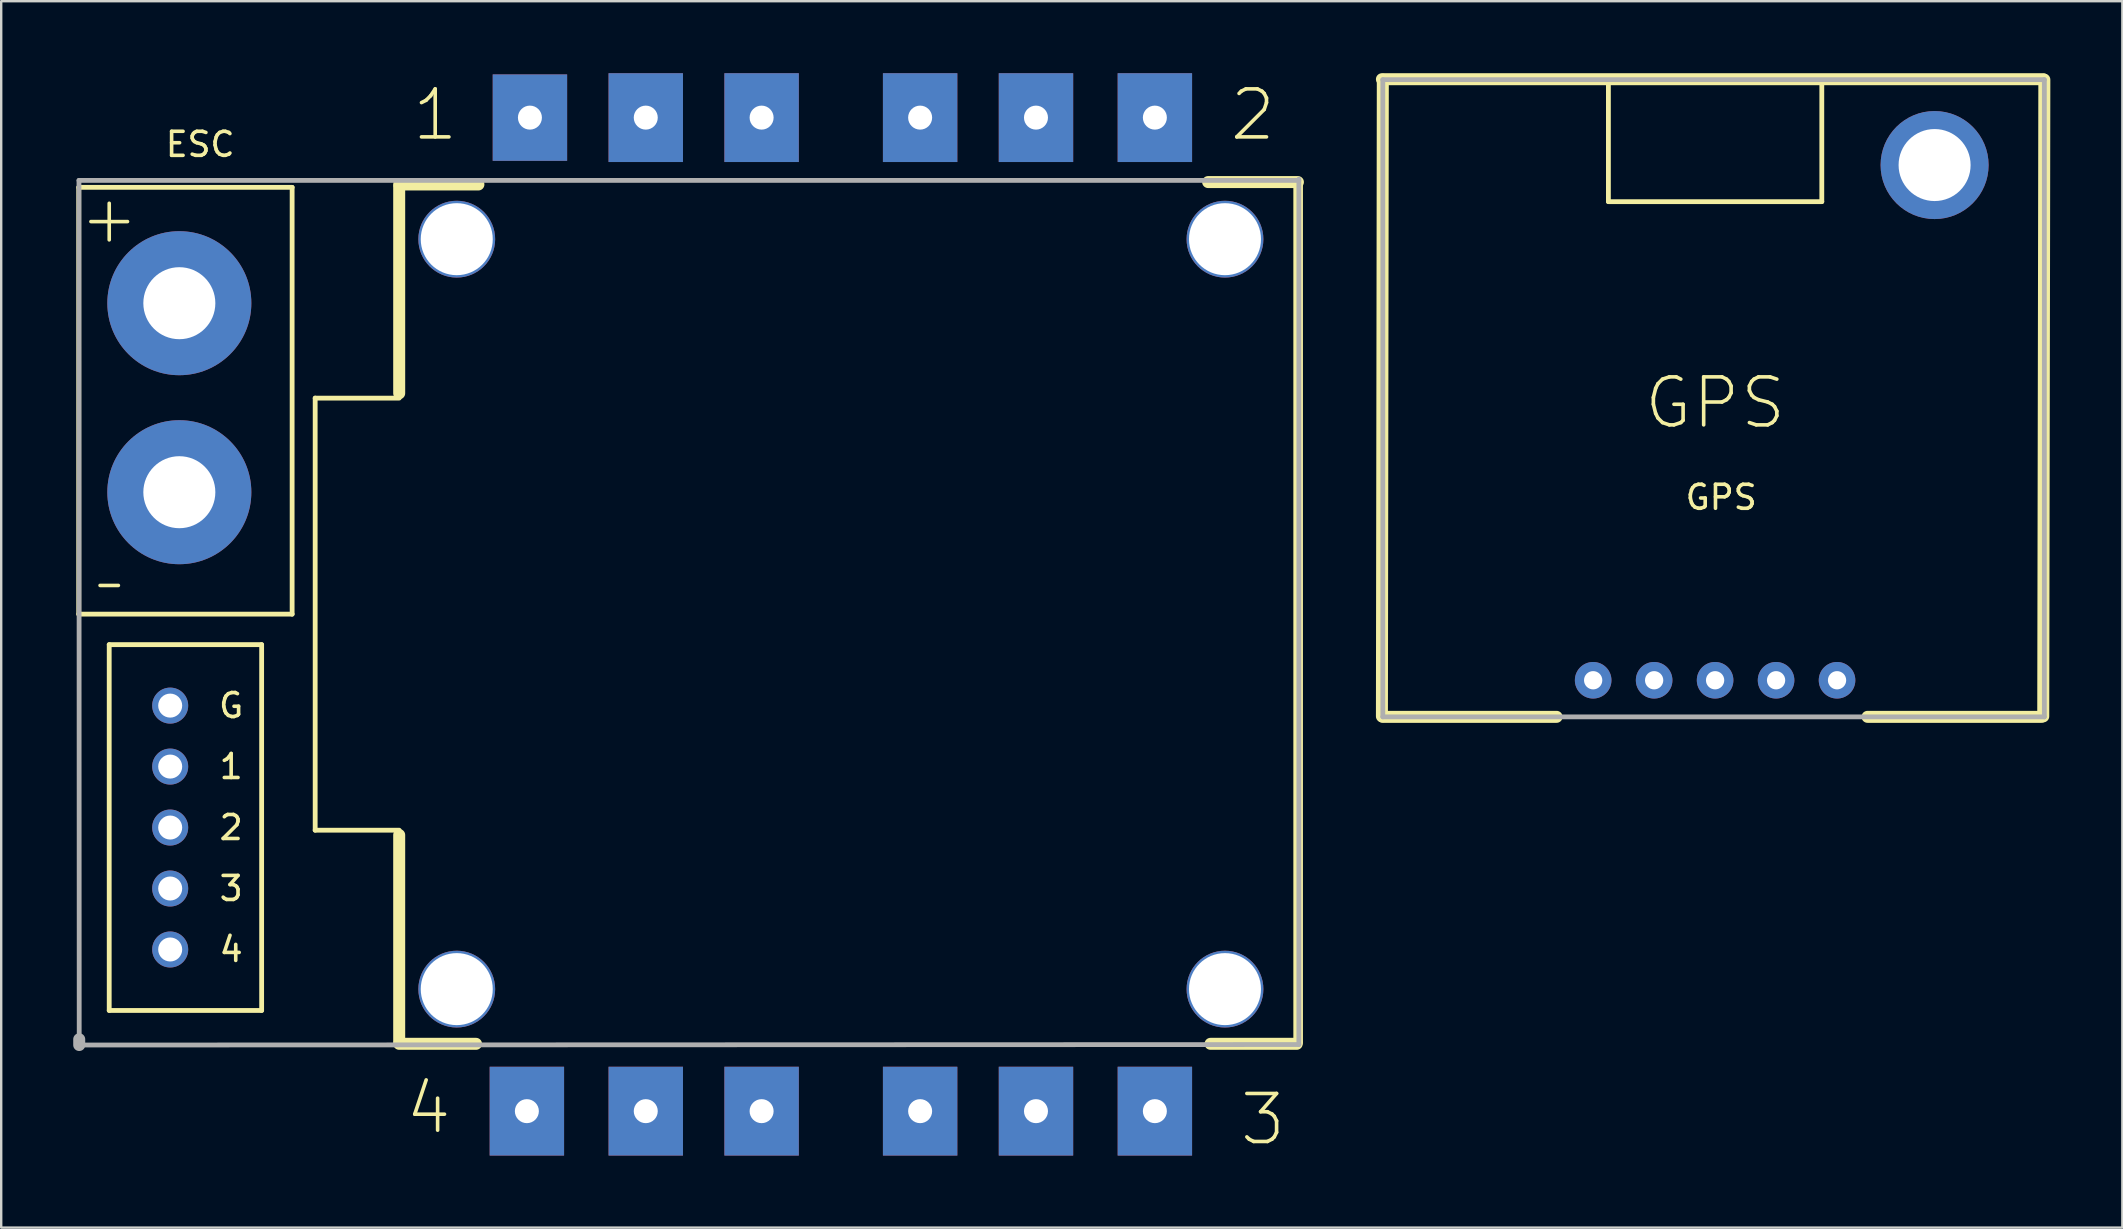
<source format=kicad_pcb>
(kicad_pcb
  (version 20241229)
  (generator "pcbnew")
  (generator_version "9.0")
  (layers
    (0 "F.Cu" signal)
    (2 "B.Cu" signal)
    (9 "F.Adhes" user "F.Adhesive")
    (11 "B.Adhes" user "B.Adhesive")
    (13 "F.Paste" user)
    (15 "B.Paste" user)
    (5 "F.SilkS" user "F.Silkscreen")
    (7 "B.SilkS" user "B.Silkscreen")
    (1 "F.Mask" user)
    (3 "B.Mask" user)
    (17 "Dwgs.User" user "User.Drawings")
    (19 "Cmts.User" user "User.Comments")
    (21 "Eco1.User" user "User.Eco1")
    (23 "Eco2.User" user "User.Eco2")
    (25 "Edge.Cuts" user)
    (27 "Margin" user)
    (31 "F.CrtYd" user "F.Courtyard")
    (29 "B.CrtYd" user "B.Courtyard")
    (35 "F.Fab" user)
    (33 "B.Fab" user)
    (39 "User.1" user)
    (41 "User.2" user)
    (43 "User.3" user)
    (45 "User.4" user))
  (footprint "GPS"
    (layer "F.Cu")
    (at 68.4 17.923)
    (property "Reference" "GPS" (at 0.254 -0.254 0) (layer "F.SilkS") (effects (font (size 1 1) (thickness 0.15))))
    (attr through_hole)
    (fp_line (start -13.88 -17.673) (end 13.67 -17.673) (stroke (width 0.5) (type solid)) (layer "F.SilkS"))
    (fp_line (start -13.88 8.87) (end -13.843 -17.653) (stroke (width 0.5) (type solid)) (layer "F.SilkS"))
    (fp_line (start -13.843 8.89) (end -6.604 8.89) (stroke (width 0.5) (type solid)) (layer "F.SilkS"))
    (fp_line (start -4.445 -17.526) (end -4.445 -12.573) (stroke (width 0.2) (type solid)) (layer "F.SilkS"))
    (fp_line (start -4.445 -12.573) (end 4.445 -12.573) (stroke (width 0.2) (type solid)) (layer "F.SilkS"))
    (fp_line (start 4.445 -12.573) (end 4.445 -17.526) (stroke (width 0.2) (type solid)) (layer "F.SilkS"))
    (fp_line (start 13.589 8.89) (end 6.35 8.89) (stroke (width 0.5) (type solid)) (layer "F.SilkS"))
    (fp_line (start 13.716 -17.653) (end 13.67 8.87) (stroke (width 0.5) (type solid)) (layer "F.SilkS"))
    (fp_line (start -13.843 -17.653) (end 13.716 -17.653) (stroke (width 0.2) (type solid)) (layer "F.Fab"))
    (fp_line (start -13.843 8.89) (end -13.843 -17.653) (stroke (width 0.2) (type solid)) (layer "F.Fab"))
    (fp_line (start 13.716 -17.653) (end 13.716 8.89) (stroke (width 0.2) (type solid)) (layer "F.Fab"))
    (fp_line (start 13.716 8.89) (end -13.843 8.89) (stroke (width 0.2) (type solid)) (layer "F.Fab"))
    (fp_text user "GPS" (at 0 -4.191 0) (layer "F.SilkS") (effects (font (size 2 2) (thickness 0.15))))
    (pad "" thru_hole circle (at 9.144 -14.097) (size 4.5 4.5) (drill 3) (layers "*.Cu" "*.Mask"))
    (pad "1" thru_hole circle (at 5.08 7.366) (size 1.524 1.524) (drill 0.762) (layers "*.Cu" "*.Mask"))
    (pad "2" thru_hole circle (at 2.54 7.366) (size 1.524 1.524) (drill 0.762) (layers "*.Cu" "*.Mask"))
    (pad "3" thru_hole circle (at 0 7.366) (size 1.524 1.524) (drill 0.762) (layers "*.Cu" "*.Mask"))
    (pad "4" thru_hole circle (at -2.54 7.366) (size 1.524 1.524) (drill 0.762) (layers "*.Cu" "*.Mask"))
    (pad "5" thru_hole circle (at -5.08 7.366) (size 1.524 1.524) (drill 0.762) (layers "*.Cu" "*.Mask")))
  (footprint "ESC"
    (layer "F.Cu")
    (at 31.98 22.535)
    (property "Reference" "ESC" (at -26.69 -19.57 0) (layer "F.SilkS") (effects (font (size 1 1) (thickness 0.15))))
    (attr through_hole)
    (fp_line (start -31.75 -17.78) (end -22.86 -17.78) (stroke (width 0.2) (type solid)) (layer "F.SilkS"))
    (fp_line (start -31.75 0) (end -31.75 -17.78) (stroke (width 0.2) (type solid)) (layer "F.SilkS"))
    (fp_line (start -30.48 1.27) (end -24.13 1.27) (stroke (width 0.2) (type solid)) (layer "F.SilkS"))
    (fp_line (start -30.48 16.51) (end -30.48 1.27) (stroke (width 0.2) (type solid)) (layer "F.SilkS"))
    (fp_line (start -24.13 1.27) (end -24.13 16.51) (stroke (width 0.2) (type solid)) (layer "F.SilkS"))
    (fp_line (start -24.13 16.51) (end -30.48 16.51) (stroke (width 0.2) (type solid)) (layer "F.SilkS"))
    (fp_line (start -22.86 -17.78) (end -22.86 0) (stroke (width 0.2) (type solid)) (layer "F.SilkS"))
    (fp_line (start -22.86 0) (end -31.75 0) (stroke (width 0.2) (type solid)) (layer "F.SilkS"))
    (fp_line (start -21.9 -9) (end -21.9 9) (stroke (width 0.2) (type solid)) (layer "F.SilkS"))
    (fp_line (start -21.9 9) (end -18.4 9) (stroke (width 0.2) (type solid)) (layer "F.SilkS"))
    (fp_line (start -18.4 -17.9) (end -15.1 -17.9) (stroke (width 0.5) (type solid)) (layer "F.SilkS"))
    (fp_line (start -18.4 -17.8) (end -18.4 -9.2) (stroke (width 0.5) (type solid)) (layer "F.SilkS"))
    (fp_line (start -18.4 -9) (end -21.9 -9) (stroke (width 0.2) (type solid)) (layer "F.SilkS"))
    (fp_line (start -18.4 17.8) (end -18.4 9.2) (stroke (width 0.5) (type solid)) (layer "F.SilkS"))
    (fp_line (start -18.4 17.9) (end -15.2 17.9) (stroke (width 0.5) (type solid)) (layer "F.SilkS"))
    (fp_line (start 18.99 17.9) (end 15.4 17.9) (stroke (width 0.5) (type solid)) (layer "F.SilkS"))
    (fp_line (start 19.04 -18) (end 15.3 -18) (stroke (width 0.5) (type solid)) (layer "F.SilkS"))
    (fp_line (start 19.05 -17.98) (end 19.05 17.834) (stroke (width 0.4) (type solid)) (layer "F.SilkS"))
    (fp_line (start -31.74 -18.07) (end -31.73 17.71) (stroke (width 0.2) (type solid)) (layer "F.Fab"))
    (fp_line (start -31.73 17.71) (end -31.73 17.95) (stroke (width 0.5) (type solid)) (layer "F.Fab"))
    (fp_line (start -31.73 17.95) (end 19.08 17.93) (stroke (width 0.2) (type solid)) (layer "F.Fab"))
    (fp_line (start 19.08 -18.07) (end -31.74 -18.07) (stroke (width 0.2) (type solid)) (layer "F.Fab"))
    (fp_line (start 19.08 17.93) (end 19.08 -18.12) (stroke (width 0.2) (type solid)) (layer "F.Fab"))
    (fp_text user "2" (at -25.4 8.89 0) (layer "F.SilkS") (effects (font (size 1 1) (thickness 0.15))))
    (fp_text user "1" (at -16.9 -20.8 0) (layer "F.SilkS") (effects (font (size 2 2) (thickness 0.15))))
    (fp_text user "4" (at -17.18 20.58 0) (layer "F.SilkS") (effects (font (size 2 2) (thickness 0.15))))
    (fp_text user "4" (at -25.4 13.97 0) (layer "F.SilkS") (effects (font (size 1 1) (thickness 0.15))))
    (fp_text user "3" (at 17.58 21.05 0) (layer "F.SilkS") (effects (font (size 2 2) (thickness 0.15))))
    (fp_text user "G" (at -25.4 3.81 0) (layer "F.SilkS") (effects (font (size 1 1) (thickness 0.15))))
    (fp_text user "+" (at -30.48 -16.51 0) (layer "F.SilkS") (effects (font (size 2 2) (thickness 0.15))))
    (fp_text user "2" (at 17.16 -20.8 0) (layer "F.SilkS") (effects (font (size 2 2) (thickness 0.15))))
    (fp_text user "3" (at -25.4 11.43 0) (layer "F.SilkS") (effects (font (size 1 1) (thickness 0.15))))
    (fp_text user "1" (at -25.4 6.35 0) (layer "F.SilkS") (effects (font (size 1 1) (thickness 0.15))))
    (fp_text user "-" (at -30.48 -1.27 0) (layer "F.SilkS") (effects (font (size 1 1) (thickness 0.15))))
    (pad "" np_thru_hole circle (at -16.002 -15.621) (size 3.2 3.2) (drill 3) (layers "*.Cu" "*.Mask"))
    (pad "" np_thru_hole circle (at -16.002 15.621) (size 3.2 3.2) (drill 3) (layers "*.Cu" "*.Mask"))
    (pad "" np_thru_hole circle (at 16.002 -15.621) (size 3.2 3.2) (drill 3) (layers "*.Cu" "*.Mask"))
    (pad "" np_thru_hole circle (at 16.002 15.621) (size 3.2 3.2) (drill 3) (layers "*.Cu" "*.Mask"))
    (pad "1" thru_hole circle (at -27.559 -12.954) (size 6 6) (drill 3) (layers "*.Cu" "*.Mask"))
    (pad "2" thru_hole circle (at -27.559 -5.08) (size 6 6) (drill 3) (layers "*.Cu" "*.Mask"))
    (pad "3" thru_hole rect (at -12.954 -20.685) (size 3.1 3.6) (drill 1) (layers "*.Cu" "*.Mask"))
    (pad "4" thru_hole rect (at -8.128 -20.685) (size 3.1 3.7) (drill 1) (layers "*.Cu" "*.Mask"))
    (pad "5" thru_hole rect (at -3.302 -20.685) (size 3.1 3.7) (drill 1) (layers "*.Cu" "*.Mask"))
    (pad "6" thru_hole rect (at 3.302 -20.685) (size 3.1 3.7) (drill 1) (layers "*.Cu" "*.Mask"))
    (pad "7" thru_hole rect (at 8.128 -20.685) (size 3.1 3.7) (drill 1) (layers "*.Cu" "*.Mask"))
    (pad "8" thru_hole rect (at 13.081 -20.685) (size 3.1 3.7) (drill 1) (layers "*.Cu" "*.Mask"))
    (pad "9" thru_hole rect (at 13.081 20.705) (size 3.1 3.7) (drill 1) (layers "*.Cu" "*.Mask"))
    (pad "10" thru_hole rect (at 8.128 20.705) (size 3.1 3.7) (drill 1) (layers "*.Cu" "*.Mask"))
    (pad "11" thru_hole rect (at 3.302 20.705) (size 3.1 3.7) (drill 1) (layers "*.Cu" "*.Mask"))
    (pad "12" thru_hole rect (at -3.302 20.705) (size 3.1 3.7) (drill 1) (layers "*.Cu" "*.Mask"))
    (pad "13" thru_hole rect (at -8.128 20.705) (size 3.1 3.7) (drill 1) (layers "*.Cu" "*.Mask"))
    (pad "14" thru_hole rect (at -13.081 20.705) (size 3.1 3.7) (drill 1) (layers "*.Cu" "*.Mask"))
    (pad "15" thru_hole circle (at -27.94 3.81) (size 1.5 1.5) (drill 1) (layers "*.Cu" "*.Mask"))
    (pad "16" thru_hole circle (at -27.94 6.35) (size 1.5 1.5) (drill 1) (layers "*.Cu" "*.Mask"))
    (pad "17" thru_hole circle (at -27.94 8.89) (size 1.5 1.5) (drill 1) (layers "*.Cu" "*.Mask"))
    (pad "18" thru_hole circle (at -27.94 11.43) (size 1.5 1.5) (drill 1) (layers "*.Cu" "*.Mask"))
    (pad "19" thru_hole circle (at -27.94 13.97) (size 1.5 1.5) (drill 1) (layers "*.Cu" "*.Mask")))
  (gr_rect
    (start -3 -3)
    (end 85.366 48.09)
    (stroke (width 0.1) (type default))
    (fill no)
    (layer "Edge.Cuts")))
</source>
